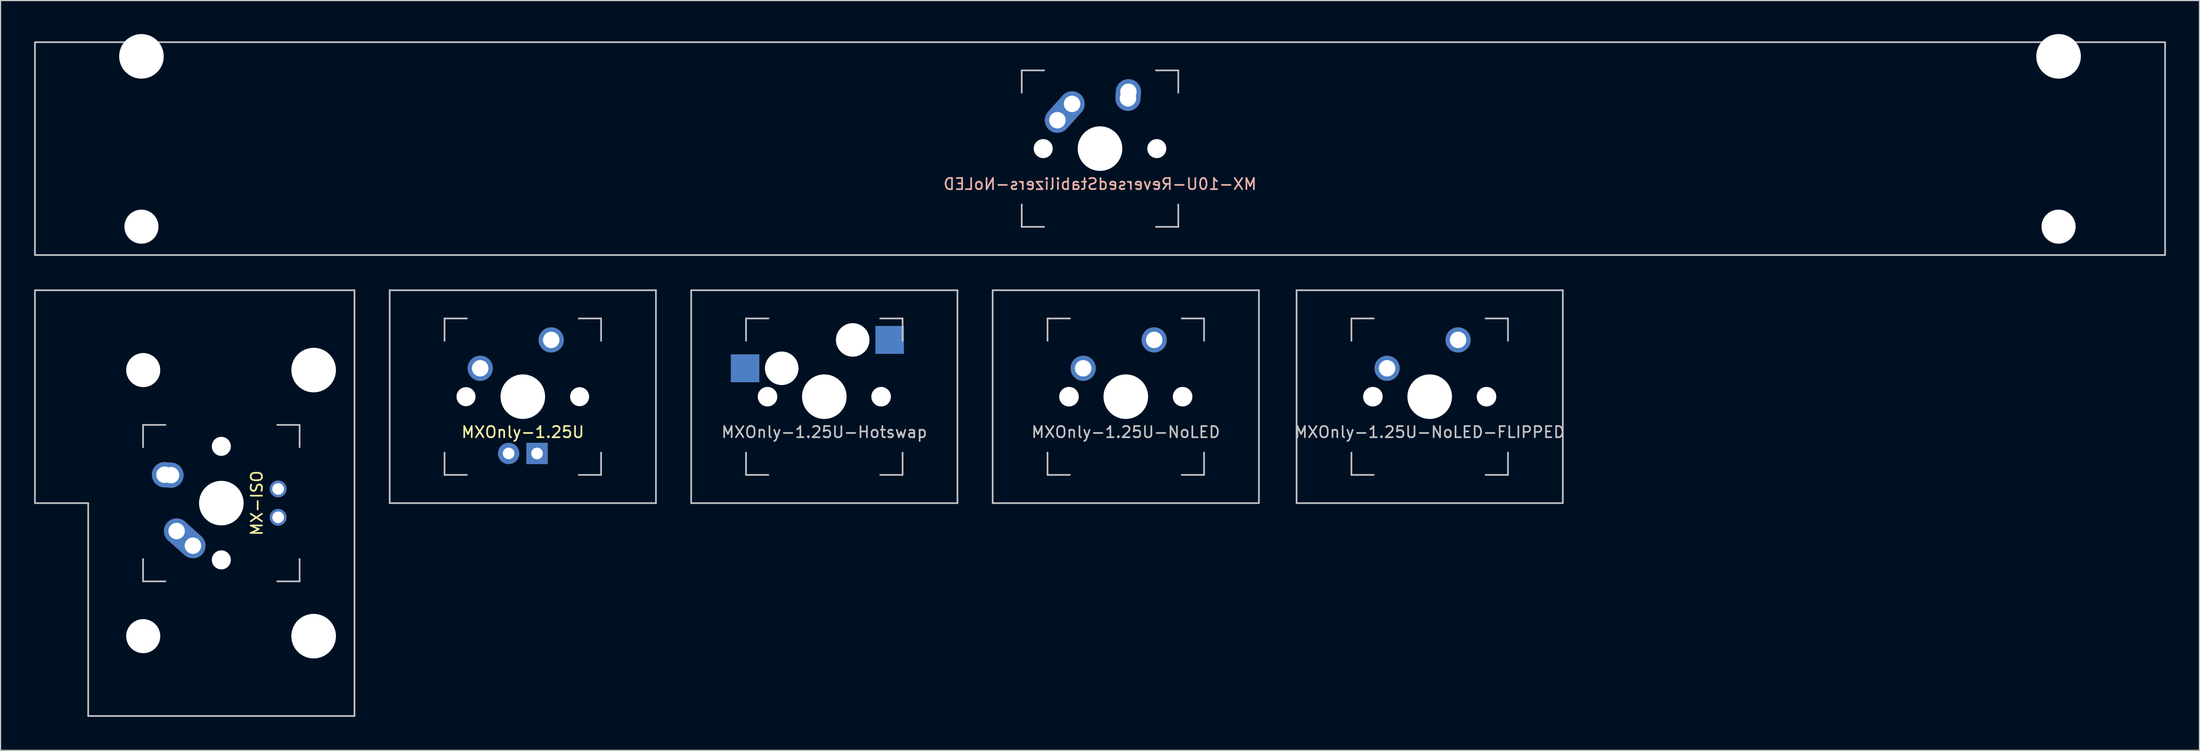
<source format=kicad_pcb>
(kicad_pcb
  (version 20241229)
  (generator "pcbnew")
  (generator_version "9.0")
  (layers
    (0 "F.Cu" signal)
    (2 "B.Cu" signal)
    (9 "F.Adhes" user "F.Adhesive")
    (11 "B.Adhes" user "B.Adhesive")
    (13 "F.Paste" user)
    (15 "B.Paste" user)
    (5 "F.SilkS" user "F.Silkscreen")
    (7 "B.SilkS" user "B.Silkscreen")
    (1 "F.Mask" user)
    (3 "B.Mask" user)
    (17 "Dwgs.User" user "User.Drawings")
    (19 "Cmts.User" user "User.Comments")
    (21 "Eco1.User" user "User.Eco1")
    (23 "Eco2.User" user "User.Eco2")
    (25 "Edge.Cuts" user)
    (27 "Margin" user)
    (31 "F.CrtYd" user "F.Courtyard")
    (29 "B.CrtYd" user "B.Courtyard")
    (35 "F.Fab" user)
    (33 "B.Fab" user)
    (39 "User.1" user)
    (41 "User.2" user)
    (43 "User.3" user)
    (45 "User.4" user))
  (footprint "MXOnly-1.25U-Hotswap"
    (layer "F.Cu")
    (at 70.669 32.449)
    (property "Reference" "MXOnly-1.25U-Hotswap" (at 0 3.175 0) (layer "Dwgs.User") (effects (font (size 1 1) (thickness 0.15))))
    (attr through_hole)
    (fp_line (start -11.906 -9.525) (end 11.906 -9.525) (stroke (width 0.15) (type solid)) (layer "Dwgs.User"))
    (fp_line (start -11.906 9.525) (end -11.906 -9.525) (stroke (width 0.15) (type solid)) (layer "Dwgs.User"))
    (fp_line (start -7 -7) (end -7 -5) (stroke (width 0.15) (type solid)) (layer "Dwgs.User"))
    (fp_line (start -7 5) (end -7 7) (stroke (width 0.15) (type solid)) (layer "Dwgs.User"))
    (fp_line (start -7 7) (end -5 7) (stroke (width 0.15) (type solid)) (layer "Dwgs.User"))
    (fp_line (start -5 -7) (end -7 -7) (stroke (width 0.15) (type solid)) (layer "Dwgs.User"))
    (fp_line (start 5 -7) (end 7 -7) (stroke (width 0.15) (type solid)) (layer "Dwgs.User"))
    (fp_line (start 5 7) (end 7 7) (stroke (width 0.15) (type solid)) (layer "Dwgs.User"))
    (fp_line (start 7 -7) (end 7 -5) (stroke (width 0.15) (type solid)) (layer "Dwgs.User"))
    (fp_line (start 7 7) (end 7 5) (stroke (width 0.15) (type solid)) (layer "Dwgs.User"))
    (fp_line (start 11.906 -9.525) (end 11.906 9.525) (stroke (width 0.15) (type solid)) (layer "Dwgs.User"))
    (fp_line (start 11.906 9.525) (end -11.906 9.525) (stroke (width 0.15) (type solid)) (layer "Dwgs.User"))
    (pad "" np_thru_hole circle (at -5.08 0 48.1) (size 1.75 1.75) (drill 1.75) (layers "*.Cu" "*.Mask"))
    (pad "" np_thru_hole circle (at -3.81 -2.54) (size 3 3) (drill 3) (layers "*.Cu" "*.Mask"))
    (pad "" np_thru_hole circle (at 0 0) (size 3.988 3.988) (drill 3.988) (layers "*.Cu" "*.Mask"))
    (pad "" np_thru_hole circle (at 2.54 -5.08) (size 3 3) (drill 3) (layers "*.Cu" "*.Mask"))
    (pad "" np_thru_hole circle (at 5.08 0 48.1) (size 1.75 1.75) (drill 1.75) (layers "*.Cu" "*.Mask"))
    (pad "1" smd rect (at -7.085 -2.54) (size 2.55 2.5) (layers "B.Cu" "B.Mask" "B.Paste"))
    (pad "2" smd rect (at 5.842 -5.08) (size 2.55 2.5) (layers "B.Cu" "B.Mask" "B.Paste")))
  (footprint "MXOnly-1.25U"
    (layer "F.Cu")
    (at 43.706 32.449)
    (property "Reference" "MXOnly-1.25U" (at 0 3.175 0) (layer "F.SilkS") (effects (font (size 1 1) (thickness 0.15))))
    (attr through_hole)
    (fp_line (start -11.906 -9.525) (end 11.906 -9.525) (stroke (width 0.15) (type solid)) (layer "Dwgs.User"))
    (fp_line (start -11.906 9.525) (end -11.906 -9.525) (stroke (width 0.15) (type solid)) (layer "Dwgs.User"))
    (fp_line (start -11.906 9.525) (end 11.906 9.525) (stroke (width 0.15) (type solid)) (layer "Dwgs.User"))
    (fp_line (start -7 -7) (end -7 -5) (stroke (width 0.15) (type solid)) (layer "Dwgs.User"))
    (fp_line (start -7 5) (end -7 7) (stroke (width 0.15) (type solid)) (layer "Dwgs.User"))
    (fp_line (start -7 7) (end -5 7) (stroke (width 0.15) (type solid)) (layer "Dwgs.User"))
    (fp_line (start -5 -7) (end -7 -7) (stroke (width 0.15) (type solid)) (layer "Dwgs.User"))
    (fp_line (start 5 -7) (end 7 -7) (stroke (width 0.15) (type solid)) (layer "Dwgs.User"))
    (fp_line (start 5 7) (end 7 7) (stroke (width 0.15) (type solid)) (layer "Dwgs.User"))
    (fp_line (start 7 -7) (end 7 -5) (stroke (width 0.15) (type solid)) (layer "Dwgs.User"))
    (fp_line (start 7 7) (end 7 5) (stroke (width 0.15) (type solid)) (layer "Dwgs.User"))
    (fp_line (start 11.906 -9.525) (end 11.906 9.525) (stroke (width 0.15) (type solid)) (layer "Dwgs.User"))
    (pad "" np_thru_hole circle (at -5.08 0 48.1) (size 1.702 1.702) (drill 1.702) (layers "*.Cu" "*.Mask"))
    (pad "" np_thru_hole circle (at 0 0) (size 3.988 3.988) (drill 3.988) (layers "*.Cu" "*.Mask"))
    (pad "" np_thru_hole circle (at 5.08 0 48.1) (size 1.702 1.702) (drill 1.702) (layers "*.Cu" "*.Mask"))
    (pad "1" thru_hole circle (at -3.81 -2.54) (size 2.25 2.25) (drill 1.47) (layers "*.Cu" "*.Mask"))
    (pad "2" thru_hole circle (at 2.54 -5.08) (size 2.25 2.25) (drill 1.47) (layers "*.Cu" "*.Mask"))
    (pad "3" thru_hole circle (at -1.27 5.08) (size 1.905 1.905) (drill 1.04) (layers "*.Cu" "*.Mask"))
    (pad "4" thru_hole rect (at 1.27 5.08) (size 1.905 1.905) (drill 1.04) (layers "*.Cu" "*.Mask")))
  (footprint "MXOnly-1.25U-NoLED"
    (layer "F.Cu")
    (at 97.631 32.449)
    (property "Reference" "MXOnly-1.25U-NoLED" (at 0 3.175 0) (layer "Dwgs.User") (effects (font (size 1 1) (thickness 0.15))))
    (attr through_hole)
    (fp_line (start -11.906 -9.525) (end 11.906 -9.525) (stroke (width 0.15) (type solid)) (layer "Dwgs.User"))
    (fp_line (start -11.906 9.525) (end -11.906 -9.525) (stroke (width 0.15) (type solid)) (layer "Dwgs.User"))
    (fp_line (start -11.906 9.525) (end 11.906 9.525) (stroke (width 0.15) (type solid)) (layer "Dwgs.User"))
    (fp_line (start -7 -7) (end -7 -5) (stroke (width 0.15) (type solid)) (layer "Dwgs.User"))
    (fp_line (start -7 5) (end -7 7) (stroke (width 0.15) (type solid)) (layer "Dwgs.User"))
    (fp_line (start -7 7) (end -5 7) (stroke (width 0.15) (type solid)) (layer "Dwgs.User"))
    (fp_line (start -5 -7) (end -7 -7) (stroke (width 0.15) (type solid)) (layer "Dwgs.User"))
    (fp_line (start 5 -7) (end 7 -7) (stroke (width 0.15) (type solid)) (layer "Dwgs.User"))
    (fp_line (start 5 7) (end 7 7) (stroke (width 0.15) (type solid)) (layer "Dwgs.User"))
    (fp_line (start 7 -7) (end 7 -5) (stroke (width 0.15) (type solid)) (layer "Dwgs.User"))
    (fp_line (start 7 7) (end 7 5) (stroke (width 0.15) (type solid)) (layer "Dwgs.User"))
    (fp_line (start 11.906 -9.525) (end 11.906 9.525) (stroke (width 0.15) (type solid)) (layer "Dwgs.User"))
    (pad "" np_thru_hole circle (at -5.08 0 48.1) (size 1.75 1.75) (drill 1.75) (layers "*.Cu" "*.Mask"))
    (pad "" np_thru_hole circle (at 0 0) (size 3.988 3.988) (drill 3.988) (layers "*.Cu" "*.Mask"))
    (pad "" np_thru_hole circle (at 5.08 0 48.1) (size 1.75 1.75) (drill 1.75) (layers "*.Cu" "*.Mask"))
    (pad "1" thru_hole circle (at -3.81 -2.54) (size 2.25 2.25) (drill 1.47) (layers "*.Cu" "B.Mask"))
    (pad "2" thru_hole circle (at 2.54 -5.08) (size 2.25 2.25) (drill 1.47) (layers "*.Cu" "B.Mask")))
  (footprint "MX-ISO"
    (layer "F.Cu")
    (at 16.744 41.974)
    (property "Reference" "MX-ISO" (at 3.175 0 90) (layer "F.SilkS") (effects (font (size 1 1) (thickness 0.15))))
    (attr through_hole)
    (fp_line (start -16.669 -19.05) (end -16.669 0) (stroke (width 0.15) (type solid)) (layer "Dwgs.User"))
    (fp_line (start -16.669 -19.05) (end 11.906 -19.05) (stroke (width 0.15) (type solid)) (layer "Dwgs.User"))
    (fp_line (start -11.906 0) (end -16.669 0) (stroke (width 0.15) (type solid)) (layer "Dwgs.User"))
    (fp_line (start -11.906 19.05) (end -11.906 0) (stroke (width 0.15) (type solid)) (layer "Dwgs.User"))
    (fp_line (start -11.906 19.05) (end 11.906 19.05) (stroke (width 0.15) (type solid)) (layer "Dwgs.User"))
    (fp_line (start -7 -7) (end -7 -5) (stroke (width 0.15) (type solid)) (layer "Dwgs.User"))
    (fp_line (start -7 5) (end -7 7) (stroke (width 0.15) (type solid)) (layer "Dwgs.User"))
    (fp_line (start -7 7) (end -5 7) (stroke (width 0.15) (type solid)) (layer "Dwgs.User"))
    (fp_line (start -5 -7) (end -7 -7) (stroke (width 0.15) (type solid)) (layer "Dwgs.User"))
    (fp_line (start 5 -7) (end 7 -7) (stroke (width 0.15) (type solid)) (layer "Dwgs.User"))
    (fp_line (start 5 7) (end 7 7) (stroke (width 0.15) (type solid)) (layer "Dwgs.User"))
    (fp_line (start 7 -7) (end 7 -5) (stroke (width 0.15) (type solid)) (layer "Dwgs.User"))
    (fp_line (start 7 7) (end 7 5) (stroke (width 0.15) (type solid)) (layer "Dwgs.User"))
    (fp_line (start 11.906 -19.05) (end 11.906 19.05) (stroke (width 0.15) (type solid)) (layer "Dwgs.User"))
    (pad "" np_thru_hole circle (at -6.985 -11.906) (size 3.048 3.048) (drill 3.048) (layers "*.Cu" "*.Mask"))
    (pad "" np_thru_hole circle (at -6.985 11.906) (size 3.048 3.048) (drill 3.048) (layers "*.Cu" "*.Mask"))
    (pad "" np_thru_hole circle (at 0 -5.08 48.1) (size 1.702 1.702) (drill 1.702) (layers "*.Cu" "*.Mask"))
    (pad "" np_thru_hole circle (at 0 0) (size 3.988 3.988) (drill 3.988) (layers "*.Cu" "*.Mask"))
    (pad "" np_thru_hole circle (at 0 5.08 48.1) (size 1.702 1.702) (drill 1.702) (layers "*.Cu" "*.Mask"))
    (pad "" np_thru_hole circle (at 8.255 -11.906) (size 3.988 3.988) (drill 3.988) (layers "*.Cu" "*.Mask"))
    (pad "" np_thru_hole circle (at 8.255 11.906) (size 3.988 3.988) (drill 3.988) (layers "*.Cu" "*.Mask"))
    (pad "1" thru_hole circle (at -4 2.5) (size 2.25 2.25) (drill 1.47) (layers "*.Cu" "*.Mask"))
    (pad "1" thru_hole oval (at -2.54 3.81 138.1) (size 4.212 2.25) (drill 1.47 (offset 0.981 0)) (layers "*.Cu" "*.Mask"))
    (pad "2" thru_hole circle (at -5.08 -2.54) (size 2.25 2.25) (drill 1.47) (layers "*.Cu" "*.Mask"))
    (pad "2" thru_hole oval (at -4.5 -2.5 176.055) (size 2.831 2.25) (drill 1.47 (offset 0.291 0)) (layers "*.Cu" "*.Mask"))
    (pad "3" thru_hole circle (at 5.08 1.27) (size 1.5 1.5) (drill 1.04) (layers "*.Cu" "*.Mask"))
    (pad "4" thru_hole circle (at 5.08 -1.27) (size 1.5 1.5) (drill 1.04) (layers "*.Cu" "*.Mask")))
  (footprint "MX-10U-ReversedStabilizers-NoLED"
    (layer "F.Cu")
    (at 95.325 10.249)
    (property "Reference" "MX-10U-ReversedStabilizers-NoLED" (at 0 3.175 0) (layer "B.SilkS") (effects (font (size 1 1) (thickness 0.15)) (justify mirror)))
    (attr through_hole)
    (fp_line (start -95.25 -9.525) (end 95.25 -9.525) (stroke (width 0.15) (type solid)) (layer "Dwgs.User"))
    (fp_line (start -95.25 9.525) (end -95.25 -9.525) (stroke (width 0.15) (type solid)) (layer "Dwgs.User"))
    (fp_line (start -95.25 9.525) (end 95.25 9.525) (stroke (width 0.15) (type solid)) (layer "Dwgs.User"))
    (fp_line (start -7 -7) (end -7 -5) (stroke (width 0.15) (type solid)) (layer "Dwgs.User"))
    (fp_line (start -7 5) (end -7 7) (stroke (width 0.15) (type solid)) (layer "Dwgs.User"))
    (fp_line (start -7 7) (end -5 7) (stroke (width 0.15) (type solid)) (layer "Dwgs.User"))
    (fp_line (start -5 -7) (end -7 -7) (stroke (width 0.15) (type solid)) (layer "Dwgs.User"))
    (fp_line (start 5 -7) (end 7 -7) (stroke (width 0.15) (type solid)) (layer "Dwgs.User"))
    (fp_line (start 5 7) (end 7 7) (stroke (width 0.15) (type solid)) (layer "Dwgs.User"))
    (fp_line (start 7 -7) (end 7 -5) (stroke (width 0.15) (type solid)) (layer "Dwgs.User"))
    (fp_line (start 7 7) (end 7 5) (stroke (width 0.15) (type solid)) (layer "Dwgs.User"))
    (fp_line (start 95.25 -9.525) (end 95.25 9.525) (stroke (width 0.15) (type solid)) (layer "Dwgs.User"))
    (pad "" np_thru_hole circle (at -85.725 -8.255) (size 3.988 3.988) (drill 3.988) (layers "*.Cu" "*.Mask"))
    (pad "" np_thru_hole circle (at -85.725 6.985) (size 3.048 3.048) (drill 3.048) (layers "*.Cu" "*.Mask"))
    (pad "" np_thru_hole circle (at -5.08 0 48.1) (size 1.702 1.702) (drill 1.702) (layers "*.Cu" "*.Mask"))
    (pad "" np_thru_hole circle (at 0 0) (size 3.988 3.988) (drill 3.988) (layers "*.Cu" "*.Mask"))
    (pad "" np_thru_hole circle (at 5.08 0 48.1) (size 1.702 1.702) (drill 1.702) (layers "*.Cu" "*.Mask"))
    (pad "" np_thru_hole circle (at 85.725 -8.255) (size 3.988 3.988) (drill 3.988) (layers "*.Cu" "*.Mask"))
    (pad "" np_thru_hole circle (at 85.725 6.985) (size 3.048 3.048) (drill 3.048) (layers "*.Cu" "*.Mask"))
    (pad "1" thru_hole oval (at -3.81 -2.54 48.1) (size 4.212 2.25) (drill 1.47 (offset 0.981 0)) (layers "*.Cu" "*.Mask"))
    (pad "1" thru_hole circle (at -2.5 -4) (size 2.25 2.25) (drill 1.47) (layers "*.Cu" "*.Mask"))
    (pad "2" thru_hole oval (at 2.5 -4.5 86.055) (size 2.831 2.25) (drill 1.47 (offset 0.291 0)) (layers "*.Cu" "*.Mask"))
    (pad "2" thru_hole circle (at 2.54 -5.08) (size 2.25 2.25) (drill 1.47) (layers "*.Cu" "*.Mask")))
  (footprint "MXOnly-1.25U-NoLED-FLIPPED"
    (layer "F.Cu")
    (at 124.809 32.449)
    (property "Reference" "MXOnly-1.25U-NoLED-FLIPPED" (at 0 3.175 0) (layer "Dwgs.User") (effects (font (size 1 1) (thickness 0.15))))
    (attr through_hole)
    (fp_line (start -11.906 -9.525) (end 11.906 -9.525) (stroke (width 0.15) (type solid)) (layer "Dwgs.User"))
    (fp_line (start -11.906 9.525) (end -11.906 -9.525) (stroke (width 0.15) (type solid)) (layer "Dwgs.User"))
    (fp_line (start -11.906 9.525) (end 11.906 9.525) (stroke (width 0.15) (type solid)) (layer "Dwgs.User"))
    (fp_line (start -7 -7) (end -7 -5) (stroke (width 0.15) (type solid)) (layer "Dwgs.User"))
    (fp_line (start -7 5) (end -7 7) (stroke (width 0.15) (type solid)) (layer "Dwgs.User"))
    (fp_line (start -7 7) (end -5 7) (stroke (width 0.15) (type solid)) (layer "Dwgs.User"))
    (fp_line (start -5 -7) (end -7 -7) (stroke (width 0.15) (type solid)) (layer "Dwgs.User"))
    (fp_line (start 5 -7) (end 7 -7) (stroke (width 0.15) (type solid)) (layer "Dwgs.User"))
    (fp_line (start 5 7) (end 7 7) (stroke (width 0.15) (type solid)) (layer "Dwgs.User"))
    (fp_line (start 7 -7) (end 7 -5) (stroke (width 0.15) (type solid)) (layer "Dwgs.User"))
    (fp_line (start 7 7) (end 7 5) (stroke (width 0.15) (type solid)) (layer "Dwgs.User"))
    (fp_line (start 11.906 -9.525) (end 11.906 9.525) (stroke (width 0.15) (type solid)) (layer "Dwgs.User"))
    (pad "" np_thru_hole circle (at -5.08 0 48.1) (size 1.75 1.75) (drill 1.75) (layers "*.Cu" "*.Mask"))
    (pad "" np_thru_hole circle (at 0 0) (size 3.988 3.988) (drill 3.988) (layers "*.Cu" "*.Mask"))
    (pad "" np_thru_hole circle (at 5.08 0 48.1) (size 1.75 1.75) (drill 1.75) (layers "*.Cu" "*.Mask"))
    (pad "1" thru_hole circle (at -3.81 -2.54) (size 2.25 2.25) (drill 1.47) (layers "*.Cu" "B.Mask"))
    (pad "2" thru_hole circle (at 2.54 -5.08) (size 2.25 2.25) (drill 1.47) (layers "*.Cu" "B.Mask")))
  (gr_rect
    (start -3 -3)
    (end 193.65 64.099)
    (stroke (width 0.1) (type default))
    (fill no)
    (layer "Edge.Cuts")))
</source>
